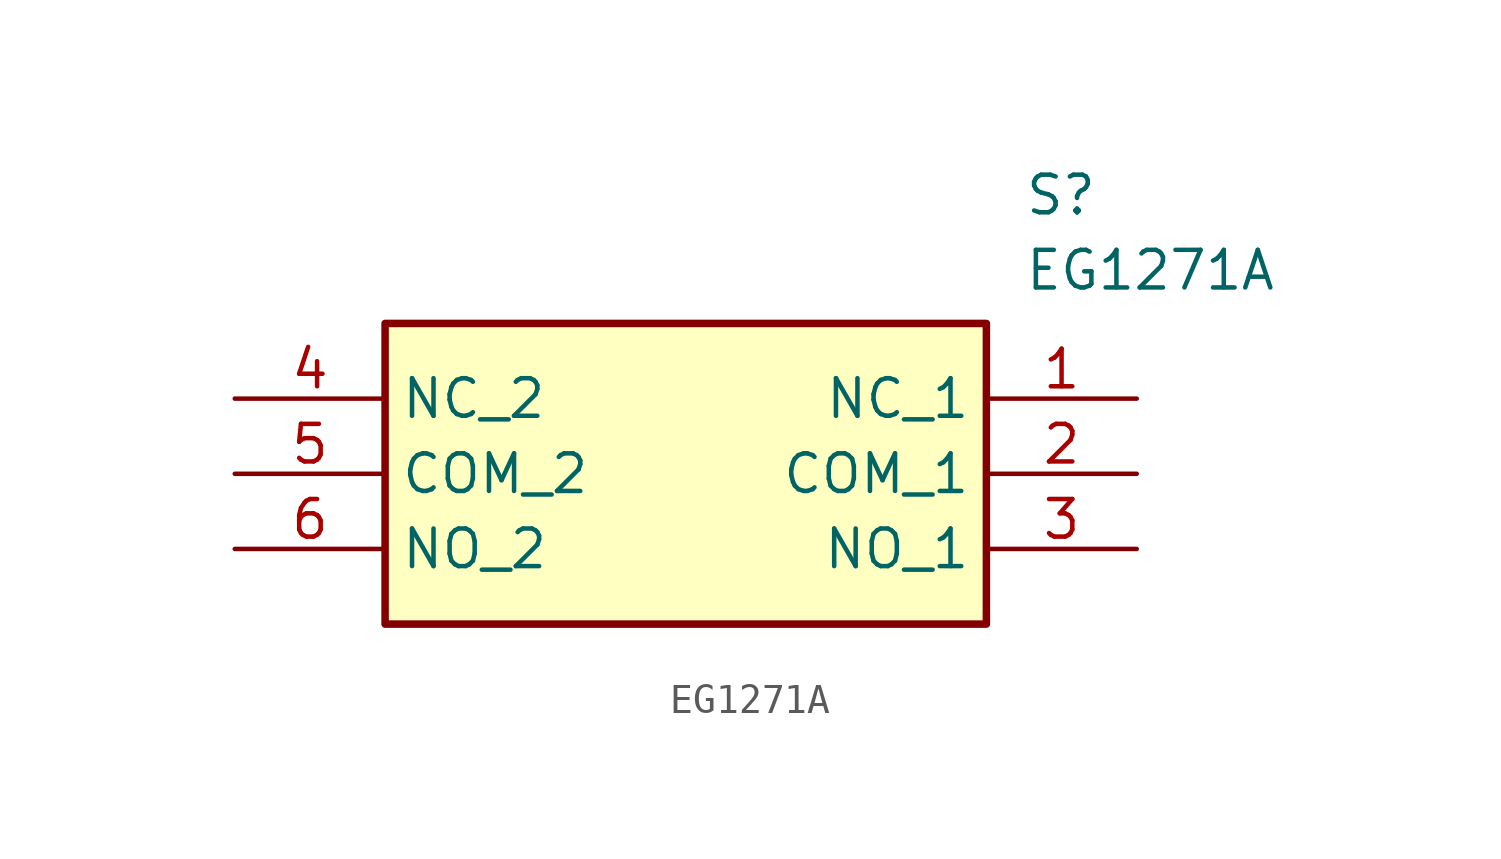
<source format=kicad_sym>
(kicad_symbol_lib
  (version 20211014)
  (generator SamacSys_ECAD_Model)
  (symbol "EG1271A"
    (property "Reference" "S"
      (at 26.67 7.62 0)
      (effects (font (size 1.27 1.27)) (justify left top)))
    (property "Value" "EG1271A"
      (at 26.67 5.08 0)
      (effects (font (size 1.27 1.27)) (justify left top)))
    (rectangle
      (start 5.08 2.54)
      (end 25.4 -7.62)
      (stroke (width 0.254) (type default))
      (fill (type background)))
    (pin passive line
      (at 30.48 0 180)
      (length 5.08)
      (name "NC_1" (effects (font (size 1.27 1.27))))
      (number "1" (effects (font (size 1.27 1.27)))))
    (pin passive line
      (at 30.48 -2.54 180)
      (length 5.08)
      (name "COM_1" (effects (font (size 1.27 1.27))))
      (number "2" (effects (font (size 1.27 1.27)))))
    (pin passive line
      (at 30.48 -5.08 180)
      (length 5.08)
      (name "NO_1" (effects (font (size 1.27 1.27))))
      (number "3" (effects (font (size 1.27 1.27)))))
    (pin passive line
      (at 0 0 0)
      (length 5.08)
      (name "NC_2" (effects (font (size 1.27 1.27))))
      (number "4" (effects (font (size 1.27 1.27)))))
    (pin passive line
      (at 0 -2.54 0)
      (length 5.08)
      (name "COM_2" (effects (font (size 1.27 1.27))))
      (number "5" (effects (font (size 1.27 1.27)))))
    (pin passive line
      (at 0 -5.08 0)
      (length 5.08)
      (name "NO_2" (effects (font (size 1.27 1.27))))
      (number "6" (effects (font (size 1.27 1.27)))))))
</source>
